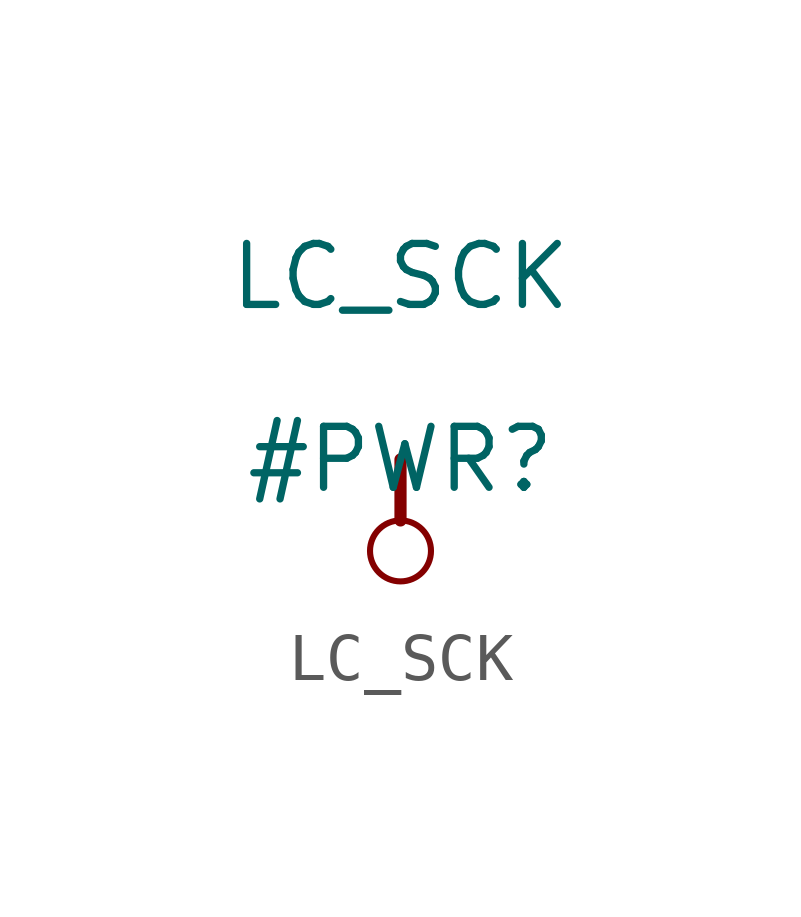
<source format=kicad_sym>
(kicad_symbol_lib
  (version 20211014)
  (generator kicad_symbol_editor)
  (symbol "LC_SCK"
    (power)
    (property "Reference" "#PWR"
      (at 0 0 0)
      (effects (font (size 1.27 1.27))))
    (property "Value" "LC_SCK"
      (at 0 3.81 0)
      (effects (font (size 1.27 1.27))))
    (symbol "LC_SCK_0_0"
      (circle (center 0 -1.905) (radius 0.635) (stroke (width 0.127) (type default) (color 0 0 0 0)) (fill (type none)))
      (polyline (pts (xy 0 0) (xy 0 -1.27)) (stroke (width 0.254) (type default) (color 0 0 0 0)) (fill (type none)))
      (pin power_in line (at 0 0 0) (length 0) hide (name "LC_SCK" (effects (font (size 1.27 1.27)))) (number "" (effects (font (size 1.27 1.27))))))))
</source>
